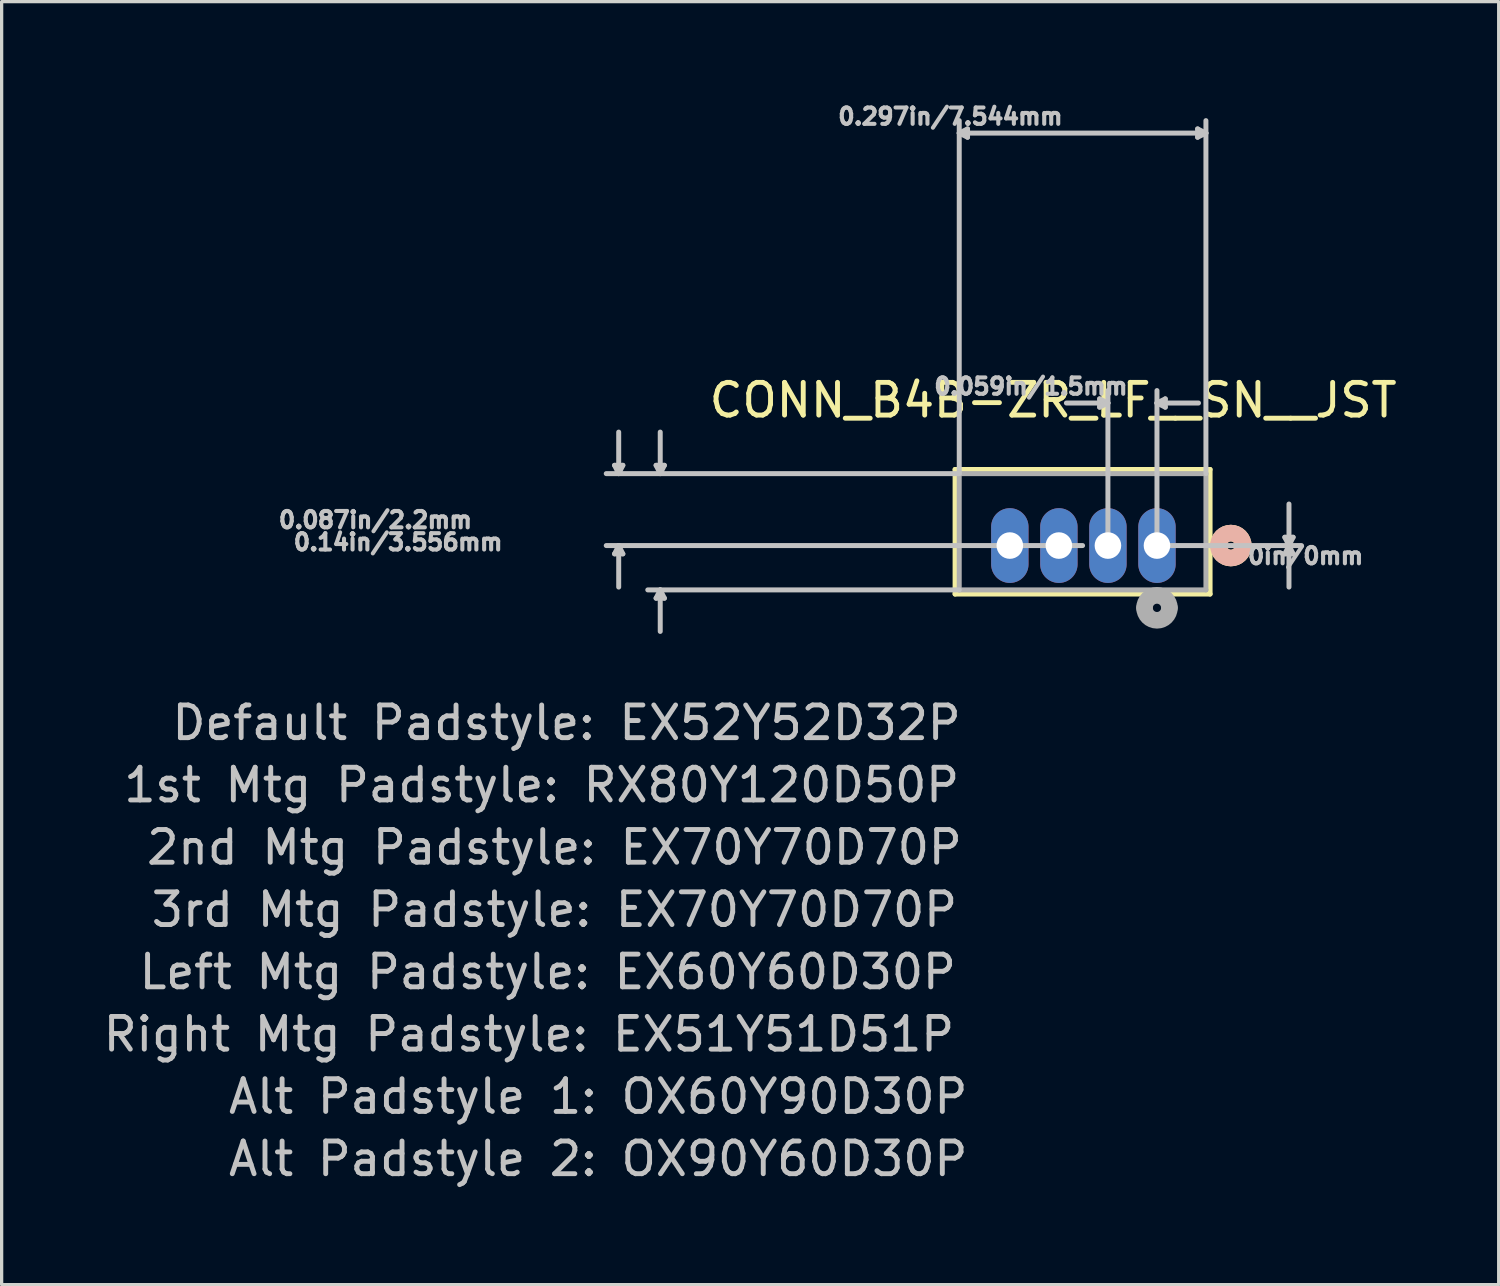
<source format=kicad_pcb>
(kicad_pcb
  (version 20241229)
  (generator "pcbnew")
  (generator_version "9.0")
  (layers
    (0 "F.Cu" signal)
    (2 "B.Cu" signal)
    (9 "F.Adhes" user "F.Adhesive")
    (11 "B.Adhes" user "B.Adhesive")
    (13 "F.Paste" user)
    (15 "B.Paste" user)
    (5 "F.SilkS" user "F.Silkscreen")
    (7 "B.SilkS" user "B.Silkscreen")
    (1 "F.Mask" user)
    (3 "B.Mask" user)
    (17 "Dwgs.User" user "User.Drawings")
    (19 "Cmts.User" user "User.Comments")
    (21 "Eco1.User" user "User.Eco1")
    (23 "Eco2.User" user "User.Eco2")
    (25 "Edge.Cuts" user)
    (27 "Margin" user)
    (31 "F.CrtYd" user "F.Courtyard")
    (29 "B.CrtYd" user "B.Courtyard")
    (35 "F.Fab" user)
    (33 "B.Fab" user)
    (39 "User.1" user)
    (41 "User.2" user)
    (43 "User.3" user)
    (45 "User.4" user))
  (footprint "CONN_B4B-ZR_LF__SN__JST"
    (layer "F.Cu")
    (at 32.332 13.634)
    (property "Reference" "CONN_B4B-ZR_LF__SN__JST" (at -3.175 -4.445 0) (layer "F.SilkS") (effects (font (size 1 1) (thickness 0.15))))
    (attr through_hole)
    (fp_line (start -6.174 -2.327) (end -6.174 1.483) (stroke (width 0.152) (type solid)) (layer "F.SilkS"))
    (fp_line (start -6.174 1.483) (end 1.624 1.483) (stroke (width 0.152) (type solid)) (layer "F.SilkS"))
    (fp_line (start 1.624 -2.327) (end -6.174 -2.327) (stroke (width 0.152) (type solid)) (layer "F.SilkS"))
    (fp_line (start 1.624 1.483) (end 1.624 -2.327) (stroke (width 0.152) (type solid)) (layer "F.SilkS"))
    (fp_arc (start 1.878 0) (mid 2.259 -0.381) (end 2.64 0) (stroke (width 0.508) (type solid)) (layer "F.SilkS"))
    (fp_arc (start 2.64 0) (mid 2.259 0.381) (end 1.878 0) (stroke (width 0.508) (type solid)) (layer "F.SilkS"))
    (fp_arc (start 1.878 0) (mid 2.259 -0.381) (end 2.64 0) (stroke (width 0.508) (type solid)) (layer "B.SilkS"))
    (fp_arc (start 2.64 0) (mid 2.259 0.381) (end 1.878 0) (stroke (width 0.508) (type solid)) (layer "B.SilkS"))
    (fp_line (start -16.588 -2.454) (end -16.334 -2.454) (stroke (width 0.152) (type solid)) (layer "Dwgs.User"))
    (fp_line (start -16.588 0.254) (end -16.334 0.254) (stroke (width 0.152) (type solid)) (layer "Dwgs.User"))
    (fp_line (start -16.461 -2.2) (end -16.588 -2.454) (stroke (width 0.152) (type solid)) (layer "Dwgs.User"))
    (fp_line (start -16.461 -2.2) (end -16.461 -3.47) (stroke (width 0.152) (type solid)) (layer "Dwgs.User"))
    (fp_line (start -16.461 -2.2) (end -16.334 -2.454) (stroke (width 0.152) (type solid)) (layer "Dwgs.User"))
    (fp_line (start -16.461 0) (end -16.588 0.254) (stroke (width 0.152) (type solid)) (layer "Dwgs.User"))
    (fp_line (start -16.461 0) (end -16.461 1.27) (stroke (width 0.152) (type solid)) (layer "Dwgs.User"))
    (fp_line (start -16.461 0) (end -16.334 0.254) (stroke (width 0.152) (type solid)) (layer "Dwgs.User"))
    (fp_line (start -15.318 -2.454) (end -15.064 -2.454) (stroke (width 0.152) (type solid)) (layer "Dwgs.User"))
    (fp_line (start -15.318 1.61) (end -15.064 1.61) (stroke (width 0.152) (type solid)) (layer "Dwgs.User"))
    (fp_line (start -15.191 -2.2) (end -15.318 -2.454) (stroke (width 0.152) (type solid)) (layer "Dwgs.User"))
    (fp_line (start -15.191 -2.2) (end -15.191 -3.47) (stroke (width 0.152) (type solid)) (layer "Dwgs.User"))
    (fp_line (start -15.191 -2.2) (end -15.064 -2.454) (stroke (width 0.152) (type solid)) (layer "Dwgs.User"))
    (fp_line (start -15.191 1.356) (end -15.318 1.61) (stroke (width 0.152) (type solid)) (layer "Dwgs.User"))
    (fp_line (start -15.191 1.356) (end -15.191 2.626) (stroke (width 0.152) (type solid)) (layer "Dwgs.User"))
    (fp_line (start -15.191 1.356) (end -15.064 1.61) (stroke (width 0.152) (type solid)) (layer "Dwgs.User"))
    (fp_line (start -6.047 -12.614) (end -5.793 -12.741) (stroke (width 0.152) (type solid)) (layer "Dwgs.User"))
    (fp_line (start -6.047 -12.614) (end -5.793 -12.487) (stroke (width 0.152) (type solid)) (layer "Dwgs.User"))
    (fp_line (start -6.047 -12.614) (end 1.497 -12.614) (stroke (width 0.152) (type solid)) (layer "Dwgs.User"))
    (fp_line (start -6.047 -2.2) (end -16.842 -2.2) (stroke (width 0.152) (type solid)) (layer "Dwgs.User"))
    (fp_line (start -6.047 -2.2) (end -6.047 -12.995) (stroke (width 0.152) (type solid)) (layer "Dwgs.User"))
    (fp_line (start -6.047 1.356) (end -15.572 1.356) (stroke (width 0.152) (type solid)) (layer "Dwgs.User"))
    (fp_line (start -5.793 -12.741) (end -5.793 -12.487) (stroke (width 0.152) (type solid)) (layer "Dwgs.User"))
    (fp_line (start -2.275 0) (end -16.842 0) (stroke (width 0.152) (type solid)) (layer "Dwgs.User"))
    (fp_line (start -1.754 -4.486) (end -1.754 -4.232) (stroke (width 0.152) (type solid)) (layer "Dwgs.User"))
    (fp_line (start -1.5 -4.359) (end -2.77 -4.359) (stroke (width 0.152) (type solid)) (layer "Dwgs.User"))
    (fp_line (start -1.5 -4.359) (end -1.754 -4.486) (stroke (width 0.152) (type solid)) (layer "Dwgs.User"))
    (fp_line (start -1.5 -4.359) (end -1.754 -4.232) (stroke (width 0.152) (type solid)) (layer "Dwgs.User"))
    (fp_line (start -1.5 0) (end -1.5 -4.74) (stroke (width 0.152) (type solid)) (layer "Dwgs.User"))
    (fp_line (start 0 -4.359) (end 0.254 -4.486) (stroke (width 0.152) (type solid)) (layer "Dwgs.User"))
    (fp_line (start 0 -4.359) (end 0.254 -4.232) (stroke (width 0.152) (type solid)) (layer "Dwgs.User"))
    (fp_line (start 0 -4.359) (end 1.27 -4.359) (stroke (width 0.152) (type solid)) (layer "Dwgs.User"))
    (fp_line (start 0 0) (end 0 -4.74) (stroke (width 0.152) (type solid)) (layer "Dwgs.User"))
    (fp_line (start 0 0) (end 4.418 0) (stroke (width 0.152) (type solid)) (layer "Dwgs.User"))
    (fp_line (start 0.254 -4.486) (end 0.254 -4.232) (stroke (width 0.152) (type solid)) (layer "Dwgs.User"))
    (fp_line (start 1.243 -12.741) (end 1.243 -12.487) (stroke (width 0.152) (type solid)) (layer "Dwgs.User"))
    (fp_line (start 1.497 -12.614) (end 1.243 -12.741) (stroke (width 0.152) (type solid)) (layer "Dwgs.User"))
    (fp_line (start 1.497 -12.614) (end 1.243 -12.487) (stroke (width 0.152) (type solid)) (layer "Dwgs.User"))
    (fp_line (start 1.497 -2.2) (end 1.497 -12.995) (stroke (width 0.152) (type solid)) (layer "Dwgs.User"))
    (fp_line (start 3.91 -0.254) (end 4.164 -0.254) (stroke (width 0.152) (type solid)) (layer "Dwgs.User"))
    (fp_line (start 3.91 0.254) (end 4.164 0.254) (stroke (width 0.152) (type solid)) (layer "Dwgs.User"))
    (fp_line (start 4.037 0) (end 3.91 -0.254) (stroke (width 0.152) (type solid)) (layer "Dwgs.User"))
    (fp_line (start 4.037 0) (end 3.91 0.254) (stroke (width 0.152) (type solid)) (layer "Dwgs.User"))
    (fp_line (start 4.037 0) (end 4.037 -1.27) (stroke (width 0.152) (type solid)) (layer "Dwgs.User"))
    (fp_line (start 4.037 0) (end 4.037 1.27) (stroke (width 0.152) (type solid)) (layer "Dwgs.User"))
    (fp_line (start 4.037 0) (end 4.164 -0.254) (stroke (width 0.152) (type solid)) (layer "Dwgs.User"))
    (fp_line (start 4.037 0) (end 4.164 0.254) (stroke (width 0.152) (type solid)) (layer "Dwgs.User"))
    (fp_line (start -6.047 -2.2) (end -6.047 1.356) (stroke (width 0.152) (type solid)) (layer "F.Fab"))
    (fp_line (start -6.047 1.356) (end 1.497 1.356) (stroke (width 0.152) (type solid)) (layer "F.Fab"))
    (fp_line (start 1.497 -2.2) (end -6.047 -2.2) (stroke (width 0.152) (type solid)) (layer "F.Fab"))
    (fp_line (start 1.497 1.356) (end 1.497 -2.2) (stroke (width 0.152) (type solid)) (layer "F.Fab"))
    (fp_arc (start -0.381 1.905) (mid 0 1.524) (end 0.381 1.905) (stroke (width 0.508) (type solid)) (layer "F.Fab"))
    (fp_arc (start 0.381 1.905) (mid 0 2.286) (end -0.381 1.905) (stroke (width 0.508) (type solid)) (layer "F.Fab"))
    (fp_text user "Alt Padstyle 2: OX90Y60D30P" (at -17.088 18.755 0) (layer "Dwgs.User") (effects (font (size 1 1) (thickness 0.15))))
    (fp_text user "0.14in/3.556mm" (at -23.207 -0.104 0) (layer "Dwgs.User") (effects (font (size 0.5 0.5) (thickness 0.15))))
    (fp_text user "2nd Mtg Padstyle: EX70Y70D70P" (at -18.427 9.23 0) (layer "Dwgs.User") (effects (font (size 1 1) (thickness 0.15))))
    (fp_text user "Left Mtg Padstyle: EX60Y60D30P" (at -18.631 13.04 0) (layer "Dwgs.User") (effects (font (size 1 1) (thickness 0.15))))
    (fp_text user "3rd Mtg Padstyle: EX70Y70D70P" (at -18.427 11.135 0) (layer "Dwgs.User") (effects (font (size 1 1) (thickness 0.15))))
    (fp_text user "0in/0mm" (at 4.545 0.318 0) (layer "Dwgs.User") (effects (font (size 0.5 0.5) (thickness 0.15))))
    (fp_text user "Default Padstyle: EX52Y52D32P" (at -18.055 5.42 0) (layer "Dwgs.User") (effects (font (size 1 1) (thickness 0.15))))
    (fp_text user "0.297in/7.544mm" (at -6.317 -13.122 0) (layer "Dwgs.User") (effects (font (size 0.5 0.5) (thickness 0.15))))
    (fp_text user "Alt Padstyle 1: OX60Y90D30P" (at -17.088 16.85 0) (layer "Dwgs.User") (effects (font (size 1 1) (thickness 0.15))))
    (fp_text user "0.059in/1.5mm" (at -3.854 -4.867 0) (layer "Dwgs.User") (effects (font (size 0.5 0.5) (thickness 0.15))))
    (fp_text user "0.087in/2.2mm" (at -23.901 -0.782 0) (layer "Dwgs.User") (effects (font (size 0.5 0.5) (thickness 0.15))))
    (fp_text user "Right Mtg Padstyle: EX51Y51D51P" (at -19.207 14.945 0) (layer "Dwgs.User") (effects (font (size 1 1) (thickness 0.15))))
    (fp_text user "1st Mtg Padstyle: RX80Y120D50P" (at -18.817 7.325 0) (layer "Dwgs.User") (effects (font (size 1 1) (thickness 0.15))))
    (pad "1" thru_hole oval (at 0 0) (size 1.143 2.286) (drill 0.813) (layers "*.Cu" "*.Mask"))
    (pad "2" thru_hole oval (at -1.5 0) (size 1.143 2.286) (drill 0.813) (layers "*.Cu" "*.Mask"))
    (pad "3" thru_hole oval (at -3 0) (size 1.143 2.286) (drill 0.813) (layers "*.Cu" "*.Mask"))
    (pad "4" thru_hole oval (at -4.5 0) (size 1.143 2.286) (drill 0.813) (layers "*.Cu" "*.Mask")))
  (gr_rect
    (start -3 -3)
    (end 42.782 36.237)
    (stroke (width 0.1) (type default))
    (fill no)
    (layer "Edge.Cuts")))
</source>
